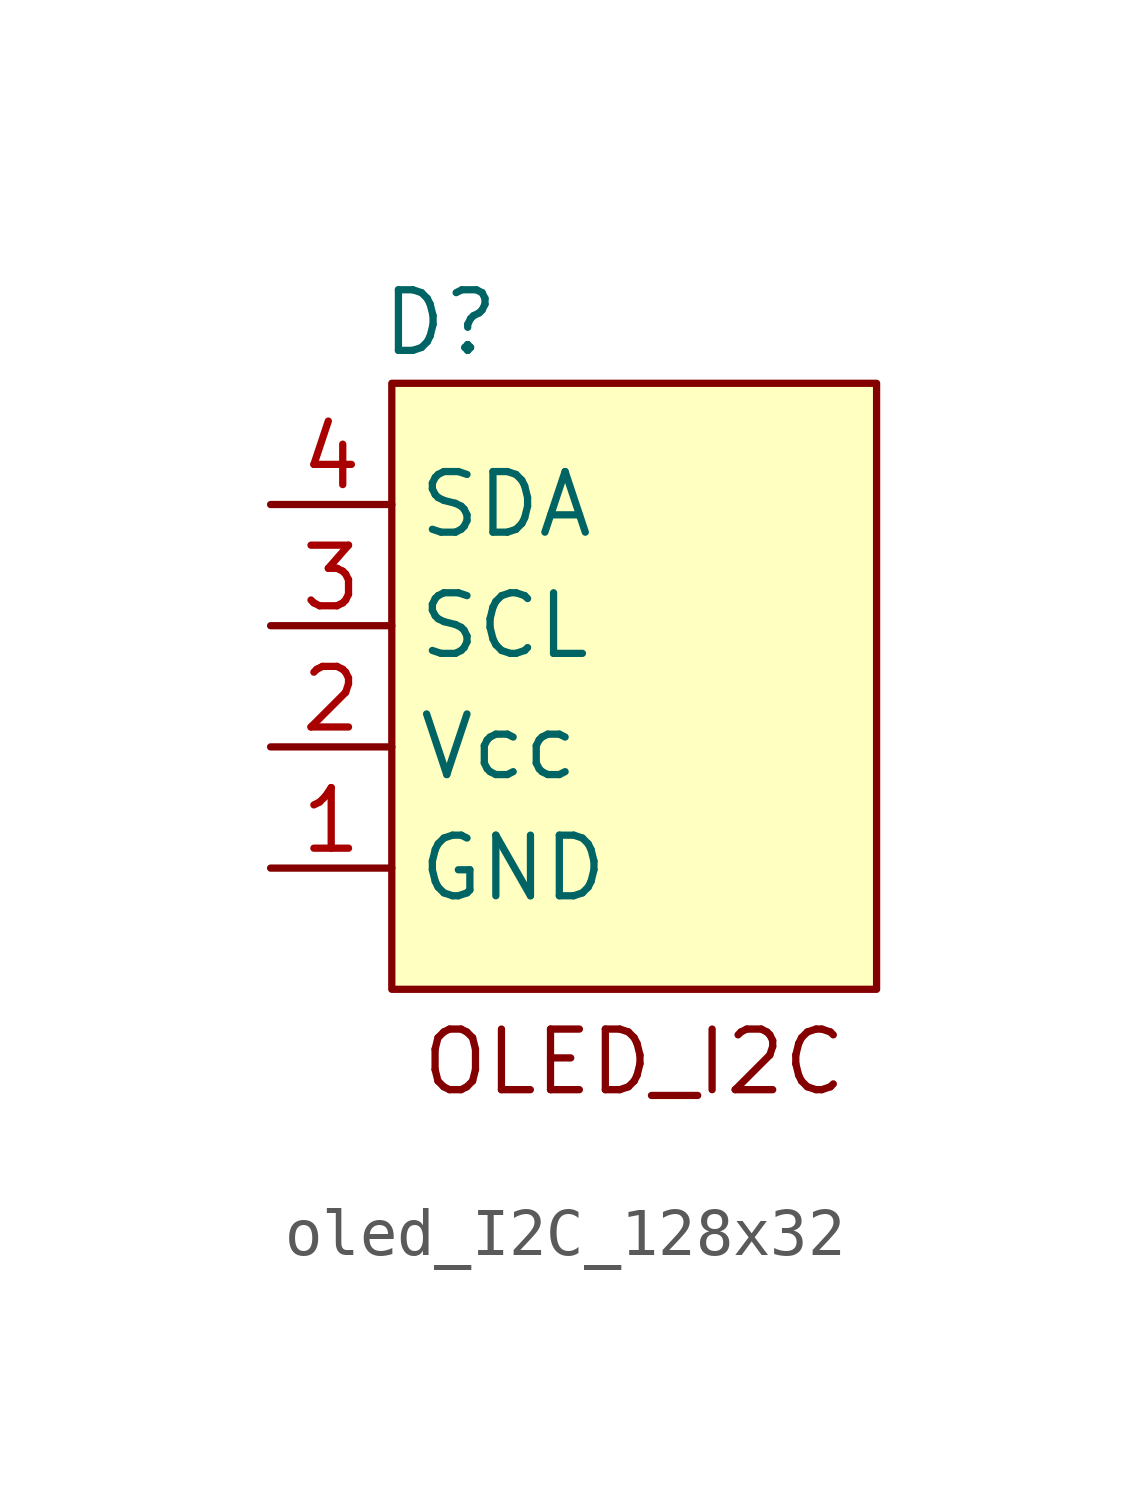
<source format=kicad_sym>
(kicad_symbol_lib
  (version 20241209)
  (generator "kicad_symbol_editor")
  (generator_version "9.0")
  (symbol "oled_I2C_128x32"
    (property "Reference" "D"
      (at 1.016 3.81 0)
      (effects (font (size 1.27 1.27))))
    (property "Value" ""
      (at 0 0 0)
      (effects (font (size 1.27 1.27))))
    (symbol "oled_I2C_128x32_1_1"
      (rectangle (start 0 2.54) (end 10.16 -10.16) (stroke (width 0) (type solid)) (fill (type background)))
      (text "OLED_I2C" (at 5.08 -11.684 0) (effects (font (size 1.27 1.27))))
      (pin bidirectional line (at -2.54 0 0) (length 2.54) (name "SDA" (effects (font (size 1.27 1.27)))) (number "4" (effects (font (size 1.27 1.27)))))
      (pin bidirectional line (at -2.54 -2.54 0) (length 2.54) (name "SCL" (effects (font (size 1.27 1.27)))) (number "3" (effects (font (size 1.27 1.27)))))
      (pin power_in line (at -2.54 -5.08 0) (length 2.54) (name "Vcc" (effects (font (size 1.27 1.27)))) (number "2" (effects (font (size 1.27 1.27)))))
      (pin power_in line (at -2.54 -7.62 0) (length 2.54) (name "GND" (effects (font (size 1.27 1.27)))) (number "1" (effects (font (size 1.27 1.27))))))))
</source>
